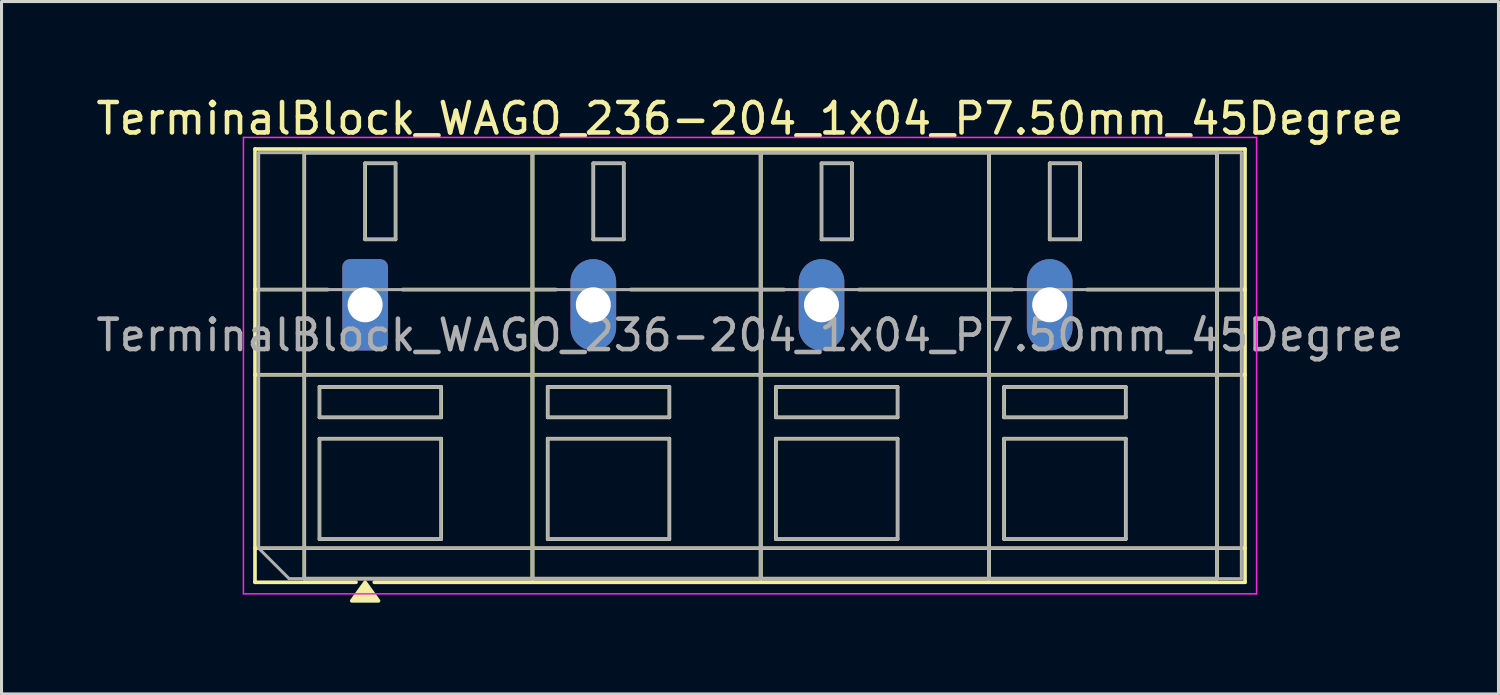
<source format=kicad_pcb>
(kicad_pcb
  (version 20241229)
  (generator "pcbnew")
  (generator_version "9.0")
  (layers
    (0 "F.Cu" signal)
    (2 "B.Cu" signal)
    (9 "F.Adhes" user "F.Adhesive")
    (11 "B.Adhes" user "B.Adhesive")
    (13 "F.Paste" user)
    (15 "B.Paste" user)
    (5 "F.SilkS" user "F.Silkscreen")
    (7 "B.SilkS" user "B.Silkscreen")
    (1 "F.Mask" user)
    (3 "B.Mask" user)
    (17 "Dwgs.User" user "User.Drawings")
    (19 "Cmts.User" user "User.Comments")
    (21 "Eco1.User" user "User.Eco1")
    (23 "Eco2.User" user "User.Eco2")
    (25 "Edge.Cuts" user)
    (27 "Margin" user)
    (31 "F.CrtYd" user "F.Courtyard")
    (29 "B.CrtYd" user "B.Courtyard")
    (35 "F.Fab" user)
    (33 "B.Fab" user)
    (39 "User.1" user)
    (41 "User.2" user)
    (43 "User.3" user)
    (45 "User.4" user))
  (footprint "TerminalBlock_WAGO_236-204_1x04_P7.50mm_45Degree"
    (layer "F.Cu")
    (at 8.951 6.968)
    (property "Reference" "TerminalBlock_WAGO_236-204_1x04_P7.50mm_45Degree" (at 12.65 -6.12 0) (layer "F.SilkS") (effects (font (size 1 1) (thickness 0.15))))
    (attr through_hole)
    (fp_line (start -3.62 -5.12) (end -3.62 9.12) (stroke (width 0.12) (type solid)) (layer "F.SilkS"))
    (fp_line (start -3.62 -5.12) (end 28.92 -5.12) (stroke (width 0.12) (type solid)) (layer "F.SilkS"))
    (fp_line (start -3.62 -0.5) (end -1.23 -0.5) (stroke (width 0.12) (type solid)) (layer "F.SilkS"))
    (fp_line (start -3.62 2.3) (end 28.92 2.3) (stroke (width 0.12) (type solid)) (layer "F.SilkS"))
    (fp_line (start -3.62 8) (end 28.92 8) (stroke (width 0.12) (type solid)) (layer "F.SilkS"))
    (fp_line (start -3.62 9.12) (end -0.3 9.12) (stroke (width 0.12) (type solid)) (layer "F.SilkS"))
    (fp_line (start -2 -5) (end -2 9) (stroke (width 0.12) (type solid)) (layer "F.SilkS"))
    (fp_line (start -2 -5) (end 5.5 -5) (stroke (width 0.12) (type solid)) (layer "F.SilkS"))
    (fp_line (start -2 9) (end 5.5 9) (stroke (width 0.12) (type solid)) (layer "F.SilkS"))
    (fp_line (start -1.5 2.7) (end -1.5 3.7) (stroke (width 0.12) (type solid)) (layer "F.SilkS"))
    (fp_line (start -1.5 2.7) (end 2.5 2.7) (stroke (width 0.12) (type solid)) (layer "F.SilkS"))
    (fp_line (start -1.5 3.7) (end 2.5 3.7) (stroke (width 0.12) (type solid)) (layer "F.SilkS"))
    (fp_line (start -1.5 4.4) (end -1.5 7.7) (stroke (width 0.12) (type solid)) (layer "F.SilkS"))
    (fp_line (start -1.5 4.4) (end 2.5 4.4) (stroke (width 0.12) (type solid)) (layer "F.SilkS"))
    (fp_line (start -1.5 7.7) (end 2.5 7.7) (stroke (width 0.12) (type solid)) (layer "F.SilkS"))
    (fp_line (start 0 -4.65) (end 0 -2.15) (stroke (width 0.12) (type solid)) (layer "F.SilkS"))
    (fp_line (start 0 -4.65) (end 1 -4.65) (stroke (width 0.12) (type solid)) (layer "F.SilkS"))
    (fp_line (start 0 -2.15) (end 1 -2.15) (stroke (width 0.12) (type solid)) (layer "F.SilkS"))
    (fp_line (start 0.3 9.12) (end 28.92 9.12) (stroke (width 0.12) (type solid)) (layer "F.SilkS"))
    (fp_line (start 1 -4.65) (end 1 -2.15) (stroke (width 0.12) (type solid)) (layer "F.SilkS"))
    (fp_line (start 1.23 -0.5) (end 6.27 -0.5) (stroke (width 0.12) (type solid)) (layer "F.SilkS"))
    (fp_line (start 2.5 2.7) (end 2.5 3.7) (stroke (width 0.12) (type solid)) (layer "F.SilkS"))
    (fp_line (start 2.5 4.4) (end 2.5 7.7) (stroke (width 0.12) (type solid)) (layer "F.SilkS"))
    (fp_line (start 5.5 -5) (end 5.5 9) (stroke (width 0.12) (type solid)) (layer "F.SilkS"))
    (fp_line (start 5.5 -5) (end 5.5 9) (stroke (width 0.12) (type solid)) (layer "F.SilkS"))
    (fp_line (start 5.5 -5) (end 13 -5) (stroke (width 0.12) (type solid)) (layer "F.SilkS"))
    (fp_line (start 5.5 9) (end 13 9) (stroke (width 0.12) (type solid)) (layer "F.SilkS"))
    (fp_line (start 6 2.7) (end 6 3.7) (stroke (width 0.12) (type solid)) (layer "F.SilkS"))
    (fp_line (start 6 2.7) (end 10 2.7) (stroke (width 0.12) (type solid)) (layer "F.SilkS"))
    (fp_line (start 6 3.7) (end 10 3.7) (stroke (width 0.12) (type solid)) (layer "F.SilkS"))
    (fp_line (start 6 4.4) (end 6 7.7) (stroke (width 0.12) (type solid)) (layer "F.SilkS"))
    (fp_line (start 6 4.4) (end 10 4.4) (stroke (width 0.12) (type solid)) (layer "F.SilkS"))
    (fp_line (start 6 7.7) (end 10 7.7) (stroke (width 0.12) (type solid)) (layer "F.SilkS"))
    (fp_line (start 7.5 -4.65) (end 7.5 -2.15) (stroke (width 0.12) (type solid)) (layer "F.SilkS"))
    (fp_line (start 7.5 -4.65) (end 8.5 -4.65) (stroke (width 0.12) (type solid)) (layer "F.SilkS"))
    (fp_line (start 7.5 -2.15) (end 8.5 -2.15) (stroke (width 0.12) (type solid)) (layer "F.SilkS"))
    (fp_line (start 8.5 -4.65) (end 8.5 -2.15) (stroke (width 0.12) (type solid)) (layer "F.SilkS"))
    (fp_line (start 8.73 -0.5) (end 13.77 -0.5) (stroke (width 0.12) (type solid)) (layer "F.SilkS"))
    (fp_line (start 10 2.7) (end 10 3.7) (stroke (width 0.12) (type solid)) (layer "F.SilkS"))
    (fp_line (start 10 4.4) (end 10 7.7) (stroke (width 0.12) (type solid)) (layer "F.SilkS"))
    (fp_line (start 13 -5) (end 13 9) (stroke (width 0.12) (type solid)) (layer "F.SilkS"))
    (fp_line (start 13 -5) (end 13 9) (stroke (width 0.12) (type solid)) (layer "F.SilkS"))
    (fp_line (start 13 -5) (end 20.5 -5) (stroke (width 0.12) (type solid)) (layer "F.SilkS"))
    (fp_line (start 13 9) (end 20.5 9) (stroke (width 0.12) (type solid)) (layer "F.SilkS"))
    (fp_line (start 13.5 2.7) (end 13.5 3.7) (stroke (width 0.12) (type solid)) (layer "F.SilkS"))
    (fp_line (start 13.5 2.7) (end 17.5 2.7) (stroke (width 0.12) (type solid)) (layer "F.SilkS"))
    (fp_line (start 13.5 3.7) (end 17.5 3.7) (stroke (width 0.12) (type solid)) (layer "F.SilkS"))
    (fp_line (start 13.5 4.4) (end 13.5 7.7) (stroke (width 0.12) (type solid)) (layer "F.SilkS"))
    (fp_line (start 13.5 4.4) (end 17.5 4.4) (stroke (width 0.12) (type solid)) (layer "F.SilkS"))
    (fp_line (start 13.5 7.7) (end 17.5 7.7) (stroke (width 0.12) (type solid)) (layer "F.SilkS"))
    (fp_line (start 15 -4.65) (end 15 -2.15) (stroke (width 0.12) (type solid)) (layer "F.SilkS"))
    (fp_line (start 15 -4.65) (end 16 -4.65) (stroke (width 0.12) (type solid)) (layer "F.SilkS"))
    (fp_line (start 15 -2.15) (end 16 -2.15) (stroke (width 0.12) (type solid)) (layer "F.SilkS"))
    (fp_line (start 16 -4.65) (end 16 -2.15) (stroke (width 0.12) (type solid)) (layer "F.SilkS"))
    (fp_line (start 16.23 -0.5) (end 21.27 -0.5) (stroke (width 0.12) (type solid)) (layer "F.SilkS"))
    (fp_line (start 17.5 2.7) (end 17.5 3.7) (stroke (width 0.12) (type solid)) (layer "F.SilkS"))
    (fp_line (start 17.5 4.4) (end 17.5 7.7) (stroke (width 0.12) (type solid)) (layer "F.SilkS"))
    (fp_line (start 20.5 -5) (end 20.5 9) (stroke (width 0.12) (type solid)) (layer "F.SilkS"))
    (fp_line (start 20.5 -5) (end 20.5 9) (stroke (width 0.12) (type solid)) (layer "F.SilkS"))
    (fp_line (start 20.5 -5) (end 28 -5) (stroke (width 0.12) (type solid)) (layer "F.SilkS"))
    (fp_line (start 20.5 9) (end 28 9) (stroke (width 0.12) (type solid)) (layer "F.SilkS"))
    (fp_line (start 21 2.7) (end 21 3.7) (stroke (width 0.12) (type solid)) (layer "F.SilkS"))
    (fp_line (start 21 2.7) (end 25 2.7) (stroke (width 0.12) (type solid)) (layer "F.SilkS"))
    (fp_line (start 21 3.7) (end 25 3.7) (stroke (width 0.12) (type solid)) (layer "F.SilkS"))
    (fp_line (start 21 4.4) (end 21 7.7) (stroke (width 0.12) (type solid)) (layer "F.SilkS"))
    (fp_line (start 21 4.4) (end 25 4.4) (stroke (width 0.12) (type solid)) (layer "F.SilkS"))
    (fp_line (start 21 7.7) (end 25 7.7) (stroke (width 0.12) (type solid)) (layer "F.SilkS"))
    (fp_line (start 22.5 -4.65) (end 22.5 -2.15) (stroke (width 0.12) (type solid)) (layer "F.SilkS"))
    (fp_line (start 22.5 -4.65) (end 23.5 -4.65) (stroke (width 0.12) (type solid)) (layer "F.SilkS"))
    (fp_line (start 22.5 -2.15) (end 23.5 -2.15) (stroke (width 0.12) (type solid)) (layer "F.SilkS"))
    (fp_line (start 23.5 -4.65) (end 23.5 -2.15) (stroke (width 0.12) (type solid)) (layer "F.SilkS"))
    (fp_line (start 23.73 -0.5) (end 28.92 -0.5) (stroke (width 0.12) (type solid)) (layer "F.SilkS"))
    (fp_line (start 25 2.7) (end 25 3.7) (stroke (width 0.12) (type solid)) (layer "F.SilkS"))
    (fp_line (start 25 4.4) (end 25 7.7) (stroke (width 0.12) (type solid)) (layer "F.SilkS"))
    (fp_line (start 28 -5) (end 28 9) (stroke (width 0.12) (type solid)) (layer "F.SilkS"))
    (fp_line (start 28.92 -5.12) (end 28.92 9.12) (stroke (width 0.12) (type solid)) (layer "F.SilkS"))
    (fp_poly (pts (xy 0 9.12) (xy 0.44 9.73) (xy -0.44 9.73)) (stroke (width 0.12) (type solid)) (fill yes) (layer "F.SilkS"))
    (fp_line (start -4 -5.5) (end -4 9.5) (stroke (width 0.05) (type solid)) (layer "F.CrtYd"))
    (fp_line (start -4 9.5) (end 29.3 9.5) (stroke (width 0.05) (type solid)) (layer "F.CrtYd"))
    (fp_line (start 29.3 -5.5) (end -4 -5.5) (stroke (width 0.05) (type solid)) (layer "F.CrtYd"))
    (fp_line (start 29.3 9.5) (end 29.3 -5.5) (stroke (width 0.05) (type solid)) (layer "F.CrtYd"))
    (fp_line (start -3.5 -5) (end 28.8 -5) (stroke (width 0.1) (type solid)) (layer "F.Fab"))
    (fp_line (start -3.5 -0.5) (end 28.8 -0.5) (stroke (width 0.1) (type solid)) (layer "F.Fab"))
    (fp_line (start -3.5 2.3) (end 28.8 2.3) (stroke (width 0.1) (type solid)) (layer "F.Fab"))
    (fp_line (start -3.5 8) (end -3.5 -5) (stroke (width 0.1) (type solid)) (layer "F.Fab"))
    (fp_line (start -3.5 8) (end 28.8 8) (stroke (width 0.1) (type solid)) (layer "F.Fab"))
    (fp_line (start -2.5 9) (end -3.5 8) (stroke (width 0.1) (type solid)) (layer "F.Fab"))
    (fp_line (start -2 -5) (end -2 9) (stroke (width 0.1) (type solid)) (layer "F.Fab"))
    (fp_line (start -2 9) (end 5.5 9) (stroke (width 0.1) (type solid)) (layer "F.Fab"))
    (fp_line (start -1.5 2.7) (end -1.5 3.7) (stroke (width 0.1) (type solid)) (layer "F.Fab"))
    (fp_line (start -1.5 3.7) (end 2.5 3.7) (stroke (width 0.1) (type solid)) (layer "F.Fab"))
    (fp_line (start -1.5 4.4) (end -1.5 7.7) (stroke (width 0.1) (type solid)) (layer "F.Fab"))
    (fp_line (start -1.5 7.7) (end 2.5 7.7) (stroke (width 0.1) (type solid)) (layer "F.Fab"))
    (fp_line (start 0 -4.65) (end 0 -2.15) (stroke (width 0.1) (type solid)) (layer "F.Fab"))
    (fp_line (start 0 -2.15) (end 1 -2.15) (stroke (width 0.1) (type solid)) (layer "F.Fab"))
    (fp_line (start 1 -4.65) (end 0 -4.65) (stroke (width 0.1) (type solid)) (layer "F.Fab"))
    (fp_line (start 1 -2.15) (end 1 -4.65) (stroke (width 0.1) (type solid)) (layer "F.Fab"))
    (fp_line (start 2.5 2.7) (end -1.5 2.7) (stroke (width 0.1) (type solid)) (layer "F.Fab"))
    (fp_line (start 2.5 3.7) (end 2.5 2.7) (stroke (width 0.1) (type solid)) (layer "F.Fab"))
    (fp_line (start 2.5 4.4) (end -1.5 4.4) (stroke (width 0.1) (type solid)) (layer "F.Fab"))
    (fp_line (start 2.5 7.7) (end 2.5 4.4) (stroke (width 0.1) (type solid)) (layer "F.Fab"))
    (fp_line (start 5.5 -5) (end -2 -5) (stroke (width 0.1) (type solid)) (layer "F.Fab"))
    (fp_line (start 5.5 -5) (end 5.5 9) (stroke (width 0.1) (type solid)) (layer "F.Fab"))
    (fp_line (start 5.5 9) (end 5.5 -5) (stroke (width 0.1) (type solid)) (layer "F.Fab"))
    (fp_line (start 5.5 9) (end 13 9) (stroke (width 0.1) (type solid)) (layer "F.Fab"))
    (fp_line (start 6 2.7) (end 6 3.7) (stroke (width 0.1) (type solid)) (layer "F.Fab"))
    (fp_line (start 6 3.7) (end 10 3.7) (stroke (width 0.1) (type solid)) (layer "F.Fab"))
    (fp_line (start 6 4.4) (end 6 7.7) (stroke (width 0.1) (type solid)) (layer "F.Fab"))
    (fp_line (start 6 7.7) (end 10 7.7) (stroke (width 0.1) (type solid)) (layer "F.Fab"))
    (fp_line (start 7.5 -4.65) (end 7.5 -2.15) (stroke (width 0.1) (type solid)) (layer "F.Fab"))
    (fp_line (start 7.5 -2.15) (end 8.5 -2.15) (stroke (width 0.1) (type solid)) (layer "F.Fab"))
    (fp_line (start 8.5 -4.65) (end 7.5 -4.65) (stroke (width 0.1) (type solid)) (layer "F.Fab"))
    (fp_line (start 8.5 -2.15) (end 8.5 -4.65) (stroke (width 0.1) (type solid)) (layer "F.Fab"))
    (fp_line (start 10 2.7) (end 6 2.7) (stroke (width 0.1) (type solid)) (layer "F.Fab"))
    (fp_line (start 10 3.7) (end 10 2.7) (stroke (width 0.1) (type solid)) (layer "F.Fab"))
    (fp_line (start 10 4.4) (end 6 4.4) (stroke (width 0.1) (type solid)) (layer "F.Fab"))
    (fp_line (start 10 7.7) (end 10 4.4) (stroke (width 0.1) (type solid)) (layer "F.Fab"))
    (fp_line (start 13 -5) (end 5.5 -5) (stroke (width 0.1) (type solid)) (layer "F.Fab"))
    (fp_line (start 13 -5) (end 13 9) (stroke (width 0.1) (type solid)) (layer "F.Fab"))
    (fp_line (start 13 9) (end 13 -5) (stroke (width 0.1) (type solid)) (layer "F.Fab"))
    (fp_line (start 13 9) (end 20.5 9) (stroke (width 0.1) (type solid)) (layer "F.Fab"))
    (fp_line (start 13.5 2.7) (end 13.5 3.7) (stroke (width 0.1) (type solid)) (layer "F.Fab"))
    (fp_line (start 13.5 3.7) (end 17.5 3.7) (stroke (width 0.1) (type solid)) (layer "F.Fab"))
    (fp_line (start 13.5 4.4) (end 13.5 7.7) (stroke (width 0.1) (type solid)) (layer "F.Fab"))
    (fp_line (start 13.5 7.7) (end 17.5 7.7) (stroke (width 0.1) (type solid)) (layer "F.Fab"))
    (fp_line (start 15 -4.65) (end 15 -2.15) (stroke (width 0.1) (type solid)) (layer "F.Fab"))
    (fp_line (start 15 -2.15) (end 16 -2.15) (stroke (width 0.1) (type solid)) (layer "F.Fab"))
    (fp_line (start 16 -4.65) (end 15 -4.65) (stroke (width 0.1) (type solid)) (layer "F.Fab"))
    (fp_line (start 16 -2.15) (end 16 -4.65) (stroke (width 0.1) (type solid)) (layer "F.Fab"))
    (fp_line (start 17.5 2.7) (end 13.5 2.7) (stroke (width 0.1) (type solid)) (layer "F.Fab"))
    (fp_line (start 17.5 3.7) (end 17.5 2.7) (stroke (width 0.1) (type solid)) (layer "F.Fab"))
    (fp_line (start 17.5 4.4) (end 13.5 4.4) (stroke (width 0.1) (type solid)) (layer "F.Fab"))
    (fp_line (start 17.5 7.7) (end 17.5 4.4) (stroke (width 0.1) (type solid)) (layer "F.Fab"))
    (fp_line (start 20.5 -5) (end 13 -5) (stroke (width 0.1) (type solid)) (layer "F.Fab"))
    (fp_line (start 20.5 -5) (end 20.5 9) (stroke (width 0.1) (type solid)) (layer "F.Fab"))
    (fp_line (start 20.5 9) (end 20.5 -5) (stroke (width 0.1) (type solid)) (layer "F.Fab"))
    (fp_line (start 20.5 9) (end 28 9) (stroke (width 0.1) (type solid)) (layer "F.Fab"))
    (fp_line (start 21 2.7) (end 21 3.7) (stroke (width 0.1) (type solid)) (layer "F.Fab"))
    (fp_line (start 21 3.7) (end 25 3.7) (stroke (width 0.1) (type solid)) (layer "F.Fab"))
    (fp_line (start 21 4.4) (end 21 7.7) (stroke (width 0.1) (type solid)) (layer "F.Fab"))
    (fp_line (start 21 7.7) (end 25 7.7) (stroke (width 0.1) (type solid)) (layer "F.Fab"))
    (fp_line (start 22.5 -4.65) (end 22.5 -2.15) (stroke (width 0.1) (type solid)) (layer "F.Fab"))
    (fp_line (start 22.5 -2.15) (end 23.5 -2.15) (stroke (width 0.1) (type solid)) (layer "F.Fab"))
    (fp_line (start 23.5 -4.65) (end 22.5 -4.65) (stroke (width 0.1) (type solid)) (layer "F.Fab"))
    (fp_line (start 23.5 -2.15) (end 23.5 -4.65) (stroke (width 0.1) (type solid)) (layer "F.Fab"))
    (fp_line (start 25 2.7) (end 21 2.7) (stroke (width 0.1) (type solid)) (layer "F.Fab"))
    (fp_line (start 25 3.7) (end 25 2.7) (stroke (width 0.1) (type solid)) (layer "F.Fab"))
    (fp_line (start 25 4.4) (end 21 4.4) (stroke (width 0.1) (type solid)) (layer "F.Fab"))
    (fp_line (start 25 7.7) (end 25 4.4) (stroke (width 0.1) (type solid)) (layer "F.Fab"))
    (fp_line (start 28 -5) (end 20.5 -5) (stroke (width 0.1) (type solid)) (layer "F.Fab"))
    (fp_line (start 28 9) (end 28 -5) (stroke (width 0.1) (type solid)) (layer "F.Fab"))
    (fp_line (start 28.8 -5) (end 28.8 9) (stroke (width 0.1) (type solid)) (layer "F.Fab"))
    (fp_line (start 28.8 9) (end -2.5 9) (stroke (width 0.1) (type solid)) (layer "F.Fab"))
    (fp_text user "${REFERENCE}" (at 12.65 1 0) (layer "F.Fab") (effects (font (size 1 1) (thickness 0.15))))
    (pad "1" thru_hole roundrect (at 0 0) (size 1.5 3) (drill 1.15) (layers "*.Cu" "*.Mask") (roundrect_rratio 0.167))
    (pad "2" thru_hole oval (at 7.5 0) (size 1.5 3) (drill 1.15) (layers "*.Cu" "*.Mask"))
    (pad "3" thru_hole oval (at 15 0) (size 1.5 3) (drill 1.15) (layers "*.Cu" "*.Mask"))
    (pad "4" thru_hole oval (at 22.5 0) (size 1.5 3) (drill 1.15) (layers "*.Cu" "*.Mask")))
  (gr_rect
    (start -3 -3)
    (end 46.202 19.758)
    (stroke (width 0.1) (type default))
    (fill no)
    (layer "Edge.Cuts")))
</source>
